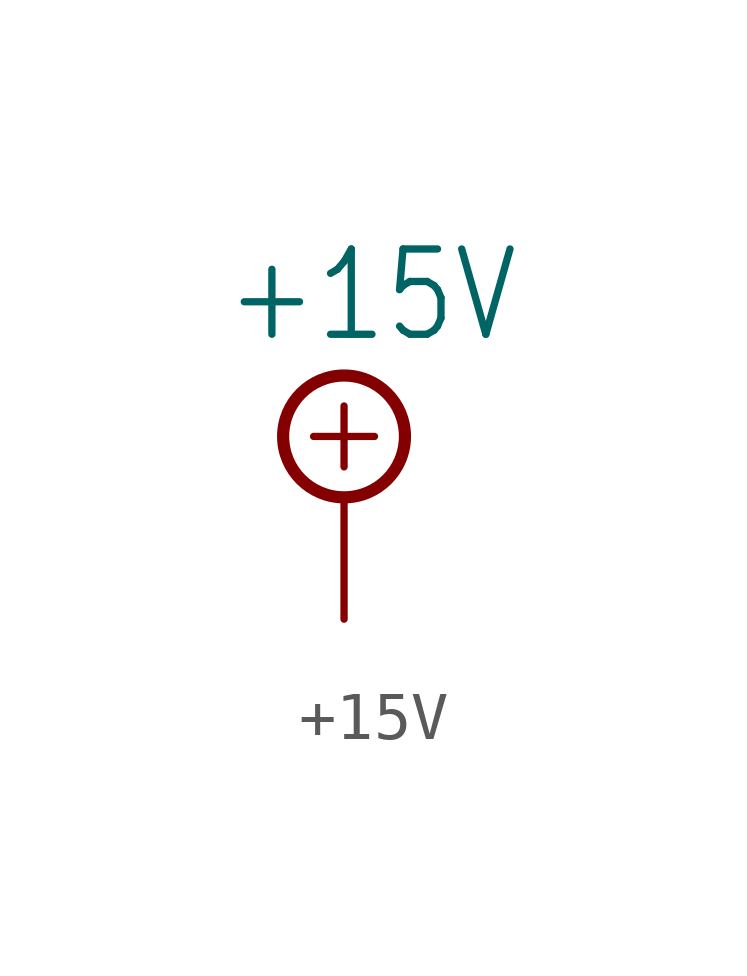
<source format=kicad_sym>
(kicad_symbol_lib
  (version 20211014)
  (generator kicad_symbol_editor)
  (symbol "+15V"
    (power)
    (property "Reference" "#SUPPLY"
      (at 0 0 0)
      (effects (font (size 1.27 1.27)) hide))
    (property "Value" "+15V"
      (at -2.54 3.175 0)
      (effects (font (size 1.778 1.511)) (justify left bottom)))
    (property "ki_locked" ""
      (at 0 0 0)
      (effects (font (size 1.27 1.27))))
    (symbol "+15V_1_0"
      (polyline (pts (xy -0.635 1.27) (xy 0.635 1.27)) (stroke (width 0.152) (type default) (color 0 0 0 0)) (fill (type none)))
      (polyline (pts (xy 0 1.905) (xy 0 0.635)) (stroke (width 0.152) (type default) (color 0 0 0 0)) (fill (type none)))
      (circle (center 0 1.27) (radius 1.27) (stroke (width 0.254) (type default) (color 0 0 0 0)) (fill (type none)))
      (pin power_in line (at 0 -2.54 90) (length 2.54) (name "+15V" (effects (font (size 0 0)))) (number "1" (effects (font (size 0 0))))))))
</source>
